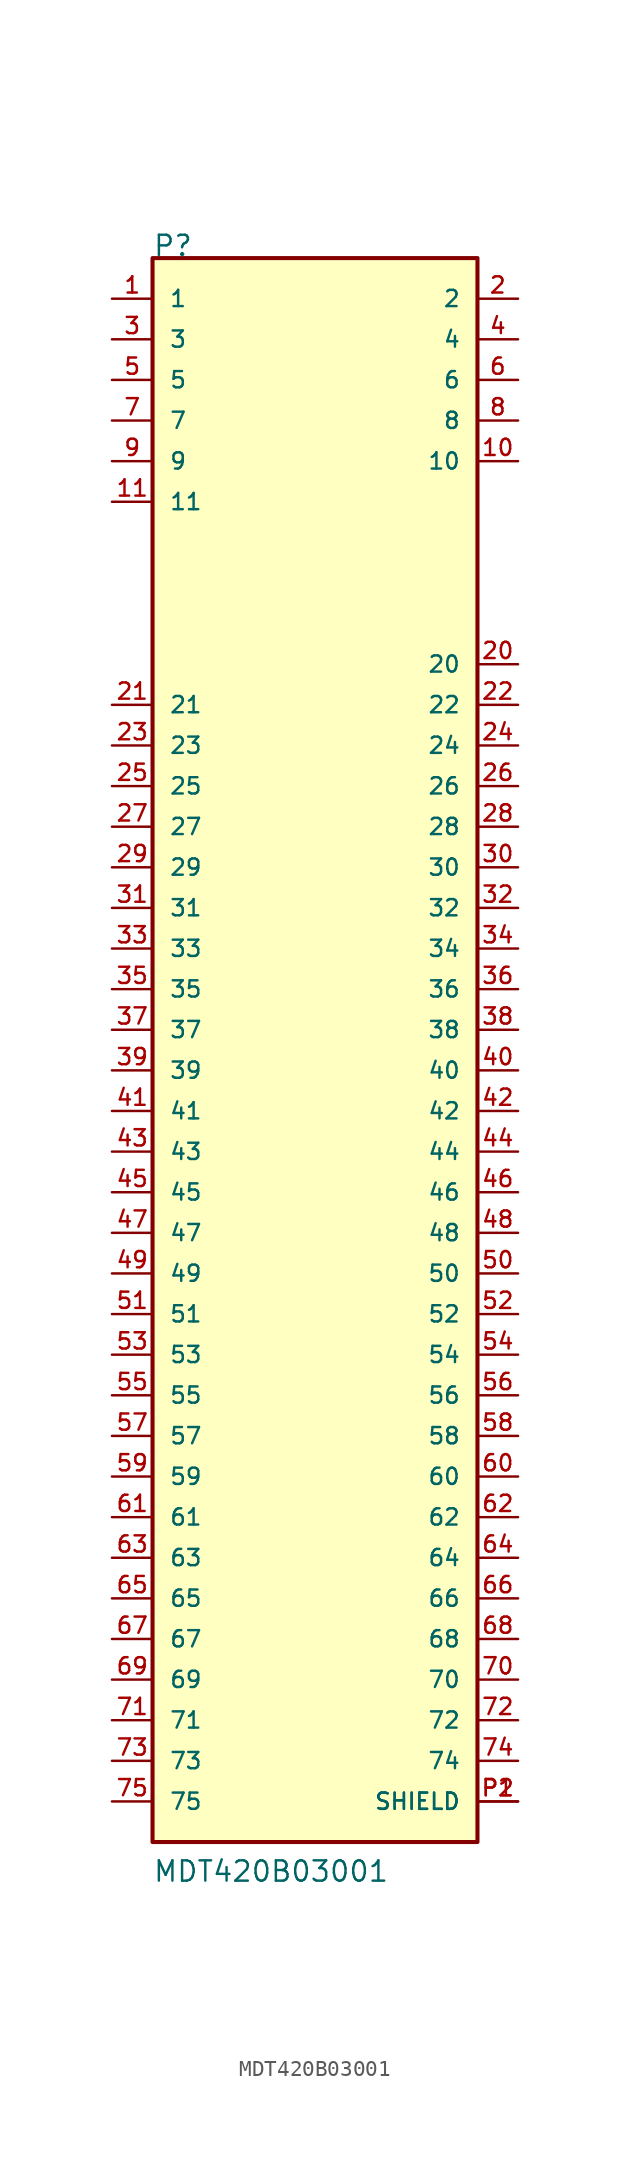
<source format=kicad_sym>
(kicad_symbol_lib
  (version 20211014)
  (generator kicad_symbol_editor)
  (symbol "MDT420B03001"
    (pin_names
      (offset 1.016))
    (property "Reference" "P"
      (at -10.165 50.826 0)
      (effects (font (size 1.27 1.27)) (justify bottom left)))
    (property "Value" "MDT420B03001"
      (at -10.167 -50.836 0)
      (effects (font (size 1.27 1.27)) (justify bottom left)))
    (symbol "MDT420B03001_0_0"
      (rectangle (start -10.16 -48.26) (end 10.16 50.8) (stroke (width 0.254)) (fill (type background)))
      (pin passive line (at -12.7 48.26 0) (length 2.54) (name "1" (effects (font (size 1.016 1.016)))) (number "1" (effects (font (size 1.016 1.016)))))
      (pin passive line (at 12.7 48.26 180.0) (length 2.54) (name "2" (effects (font (size 1.016 1.016)))) (number "2" (effects (font (size 1.016 1.016)))))
      (pin passive line (at -12.7 45.72 0) (length 2.54) (name "3" (effects (font (size 1.016 1.016)))) (number "3" (effects (font (size 1.016 1.016)))))
      (pin passive line (at 12.7 45.72 180.0) (length 2.54) (name "4" (effects (font (size 1.016 1.016)))) (number "4" (effects (font (size 1.016 1.016)))))
      (pin passive line (at -12.7 43.18 0) (length 2.54) (name "5" (effects (font (size 1.016 1.016)))) (number "5" (effects (font (size 1.016 1.016)))))
      (pin passive line (at 12.7 43.18 180.0) (length 2.54) (name "6" (effects (font (size 1.016 1.016)))) (number "6" (effects (font (size 1.016 1.016)))))
      (pin passive line (at -12.7 40.64 0) (length 2.54) (name "7" (effects (font (size 1.016 1.016)))) (number "7" (effects (font (size 1.016 1.016)))))
      (pin passive line (at 12.7 40.64 180.0) (length 2.54) (name "8" (effects (font (size 1.016 1.016)))) (number "8" (effects (font (size 1.016 1.016)))))
      (pin passive line (at -12.7 38.1 0) (length 2.54) (name "9" (effects (font (size 1.016 1.016)))) (number "9" (effects (font (size 1.016 1.016)))))
      (pin passive line (at 12.7 38.1 180.0) (length 2.54) (name "10" (effects (font (size 1.016 1.016)))) (number "10" (effects (font (size 1.016 1.016)))))
      (pin passive line (at -12.7 35.56 0) (length 2.54) (name "11" (effects (font (size 1.016 1.016)))) (number "11" (effects (font (size 1.016 1.016)))))
      (pin passive line (at 12.7 25.4 180.0) (length 2.54) (name "20" (effects (font (size 1.016 1.016)))) (number "20" (effects (font (size 1.016 1.016)))))
      (pin passive line (at -12.7 22.86 0) (length 2.54) (name "21" (effects (font (size 1.016 1.016)))) (number "21" (effects (font (size 1.016 1.016)))))
      (pin passive line (at 12.7 22.86 180.0) (length 2.54) (name "22" (effects (font (size 1.016 1.016)))) (number "22" (effects (font (size 1.016 1.016)))))
      (pin passive line (at -12.7 20.32 0) (length 2.54) (name "23" (effects (font (size 1.016 1.016)))) (number "23" (effects (font (size 1.016 1.016)))))
      (pin passive line (at 12.7 20.32 180.0) (length 2.54) (name "24" (effects (font (size 1.016 1.016)))) (number "24" (effects (font (size 1.016 1.016)))))
      (pin passive line (at -12.7 17.78 0) (length 2.54) (name "25" (effects (font (size 1.016 1.016)))) (number "25" (effects (font (size 1.016 1.016)))))
      (pin passive line (at 12.7 17.78 180.0) (length 2.54) (name "26" (effects (font (size 1.016 1.016)))) (number "26" (effects (font (size 1.016 1.016)))))
      (pin passive line (at -12.7 15.24 0) (length 2.54) (name "27" (effects (font (size 1.016 1.016)))) (number "27" (effects (font (size 1.016 1.016)))))
      (pin passive line (at 12.7 15.24 180.0) (length 2.54) (name "28" (effects (font (size 1.016 1.016)))) (number "28" (effects (font (size 1.016 1.016)))))
      (pin passive line (at -12.7 12.7 0) (length 2.54) (name "29" (effects (font (size 1.016 1.016)))) (number "29" (effects (font (size 1.016 1.016)))))
      (pin passive line (at 12.7 12.7 180.0) (length 2.54) (name "30" (effects (font (size 1.016 1.016)))) (number "30" (effects (font (size 1.016 1.016)))))
      (pin passive line (at -12.7 10.16 0) (length 2.54) (name "31" (effects (font (size 1.016 1.016)))) (number "31" (effects (font (size 1.016 1.016)))))
      (pin passive line (at 12.7 10.16 180.0) (length 2.54) (name "32" (effects (font (size 1.016 1.016)))) (number "32" (effects (font (size 1.016 1.016)))))
      (pin passive line (at -12.7 7.62 0) (length 2.54) (name "33" (effects (font (size 1.016 1.016)))) (number "33" (effects (font (size 1.016 1.016)))))
      (pin passive line (at 12.7 7.62 180.0) (length 2.54) (name "34" (effects (font (size 1.016 1.016)))) (number "34" (effects (font (size 1.016 1.016)))))
      (pin passive line (at -12.7 5.08 0) (length 2.54) (name "35" (effects (font (size 1.016 1.016)))) (number "35" (effects (font (size 1.016 1.016)))))
      (pin passive line (at 12.7 5.08 180.0) (length 2.54) (name "36" (effects (font (size 1.016 1.016)))) (number "36" (effects (font (size 1.016 1.016)))))
      (pin passive line (at -12.7 2.54 0) (length 2.54) (name "37" (effects (font (size 1.016 1.016)))) (number "37" (effects (font (size 1.016 1.016)))))
      (pin passive line (at 12.7 2.54 180.0) (length 2.54) (name "38" (effects (font (size 1.016 1.016)))) (number "38" (effects (font (size 1.016 1.016)))))
      (pin passive line (at -12.7 0.0 0) (length 2.54) (name "39" (effects (font (size 1.016 1.016)))) (number "39" (effects (font (size 1.016 1.016)))))
      (pin passive line (at 12.7 0.0 180.0) (length 2.54) (name "40" (effects (font (size 1.016 1.016)))) (number "40" (effects (font (size 1.016 1.016)))))
      (pin passive line (at -12.7 -2.54 0) (length 2.54) (name "41" (effects (font (size 1.016 1.016)))) (number "41" (effects (font (size 1.016 1.016)))))
      (pin passive line (at 12.7 -2.54 180.0) (length 2.54) (name "42" (effects (font (size 1.016 1.016)))) (number "42" (effects (font (size 1.016 1.016)))))
      (pin passive line (at -12.7 -5.08 0) (length 2.54) (name "43" (effects (font (size 1.016 1.016)))) (number "43" (effects (font (size 1.016 1.016)))))
      (pin passive line (at 12.7 -5.08 180.0) (length 2.54) (name "44" (effects (font (size 1.016 1.016)))) (number "44" (effects (font (size 1.016 1.016)))))
      (pin passive line (at -12.7 -7.62 0) (length 2.54) (name "45" (effects (font (size 1.016 1.016)))) (number "45" (effects (font (size 1.016 1.016)))))
      (pin passive line (at 12.7 -7.62 180.0) (length 2.54) (name "46" (effects (font (size 1.016 1.016)))) (number "46" (effects (font (size 1.016 1.016)))))
      (pin passive line (at -12.7 -10.16 0) (length 2.54) (name "47" (effects (font (size 1.016 1.016)))) (number "47" (effects (font (size 1.016 1.016)))))
      (pin passive line (at 12.7 -10.16 180.0) (length 2.54) (name "48" (effects (font (size 1.016 1.016)))) (number "48" (effects (font (size 1.016 1.016)))))
      (pin passive line (at -12.7 -12.7 0) (length 2.54) (name "49" (effects (font (size 1.016 1.016)))) (number "49" (effects (font (size 1.016 1.016)))))
      (pin passive line (at 12.7 -12.7 180.0) (length 2.54) (name "50" (effects (font (size 1.016 1.016)))) (number "50" (effects (font (size 1.016 1.016)))))
      (pin passive line (at -12.7 -15.24 0) (length 2.54) (name "51" (effects (font (size 1.016 1.016)))) (number "51" (effects (font (size 1.016 1.016)))))
      (pin passive line (at 12.7 -15.24 180.0) (length 2.54) (name "52" (effects (font (size 1.016 1.016)))) (number "52" (effects (font (size 1.016 1.016)))))
      (pin passive line (at -12.7 -17.78 0) (length 2.54) (name "53" (effects (font (size 1.016 1.016)))) (number "53" (effects (font (size 1.016 1.016)))))
      (pin passive line (at 12.7 -17.78 180.0) (length 2.54) (name "54" (effects (font (size 1.016 1.016)))) (number "54" (effects (font (size 1.016 1.016)))))
      (pin passive line (at -12.7 -20.32 0) (length 2.54) (name "55" (effects (font (size 1.016 1.016)))) (number "55" (effects (font (size 1.016 1.016)))))
      (pin passive line (at 12.7 -20.32 180.0) (length 2.54) (name "56" (effects (font (size 1.016 1.016)))) (number "56" (effects (font (size 1.016 1.016)))))
      (pin passive line (at -12.7 -22.86 0) (length 2.54) (name "57" (effects (font (size 1.016 1.016)))) (number "57" (effects (font (size 1.016 1.016)))))
      (pin passive line (at 12.7 -22.86 180.0) (length 2.54) (name "58" (effects (font (size 1.016 1.016)))) (number "58" (effects (font (size 1.016 1.016)))))
      (pin passive line (at -12.7 -35.56 0) (length 2.54) (name "67" (effects (font (size 1.016 1.016)))) (number "67" (effects (font (size 1.016 1.016)))))
      (pin passive line (at 12.7 -35.56 180.0) (length 2.54) (name "68" (effects (font (size 1.016 1.016)))) (number "68" (effects (font (size 1.016 1.016)))))
      (pin passive line (at -12.7 -38.1 0) (length 2.54) (name "69" (effects (font (size 1.016 1.016)))) (number "69" (effects (font (size 1.016 1.016)))))
      (pin passive line (at 12.7 -38.1 180.0) (length 2.54) (name "70" (effects (font (size 1.016 1.016)))) (number "70" (effects (font (size 1.016 1.016)))))
      (pin passive line (at -12.7 -40.64 0) (length 2.54) (name "71" (effects (font (size 1.016 1.016)))) (number "71" (effects (font (size 1.016 1.016)))))
      (pin passive line (at 12.7 -40.64 180.0) (length 2.54) (name "72" (effects (font (size 1.016 1.016)))) (number "72" (effects (font (size 1.016 1.016)))))
      (pin passive line (at -12.7 -43.18 0) (length 2.54) (name "73" (effects (font (size 1.016 1.016)))) (number "73" (effects (font (size 1.016 1.016)))))
      (pin passive line (at 12.7 -43.18 180.0) (length 2.54) (name "74" (effects (font (size 1.016 1.016)))) (number "74" (effects (font (size 1.016 1.016)))))
      (pin passive line (at -12.7 -45.72 0) (length 2.54) (name "75" (effects (font (size 1.016 1.016)))) (number "75" (effects (font (size 1.016 1.016)))))
      (pin passive line (at 12.7 -45.72 180.0) (length 2.54) (name "SHIELD" (effects (font (size 1.016 1.016)))) (number "P1" (effects (font (size 1.016 1.016)))))
      (pin passive line (at 12.7 -45.72 180.0) (length 2.54) (name "SHIELD" (effects (font (size 1.016 1.016)))) (number "P2" (effects (font (size 1.016 1.016)))))
      (pin passive line (at -12.7 -25.4 0) (length 2.54) (name "59" (effects (font (size 1.016 1.016)))) (number "59" (effects (font (size 1.016 1.016)))))
      (pin passive line (at 12.7 -25.4 180.0) (length 2.54) (name "60" (effects (font (size 1.016 1.016)))) (number "60" (effects (font (size 1.016 1.016)))))
      (pin passive line (at -12.7 -27.94 0) (length 2.54) (name "61" (effects (font (size 1.016 1.016)))) (number "61" (effects (font (size 1.016 1.016)))))
      (pin passive line (at 12.7 -27.94 180.0) (length 2.54) (name "62" (effects (font (size 1.016 1.016)))) (number "62" (effects (font (size 1.016 1.016)))))
      (pin passive line (at -12.7 -30.48 0) (length 2.54) (name "63" (effects (font (size 1.016 1.016)))) (number "63" (effects (font (size 1.016 1.016)))))
      (pin passive line (at 12.7 -30.48 180.0) (length 2.54) (name "64" (effects (font (size 1.016 1.016)))) (number "64" (effects (font (size 1.016 1.016)))))
      (pin passive line (at -12.7 -33.02 0) (length 2.54) (name "65" (effects (font (size 1.016 1.016)))) (number "65" (effects (font (size 1.016 1.016)))))
      (pin passive line (at 12.7 -33.02 180.0) (length 2.54) (name "66" (effects (font (size 1.016 1.016)))) (number "66" (effects (font (size 1.016 1.016))))))))
</source>
